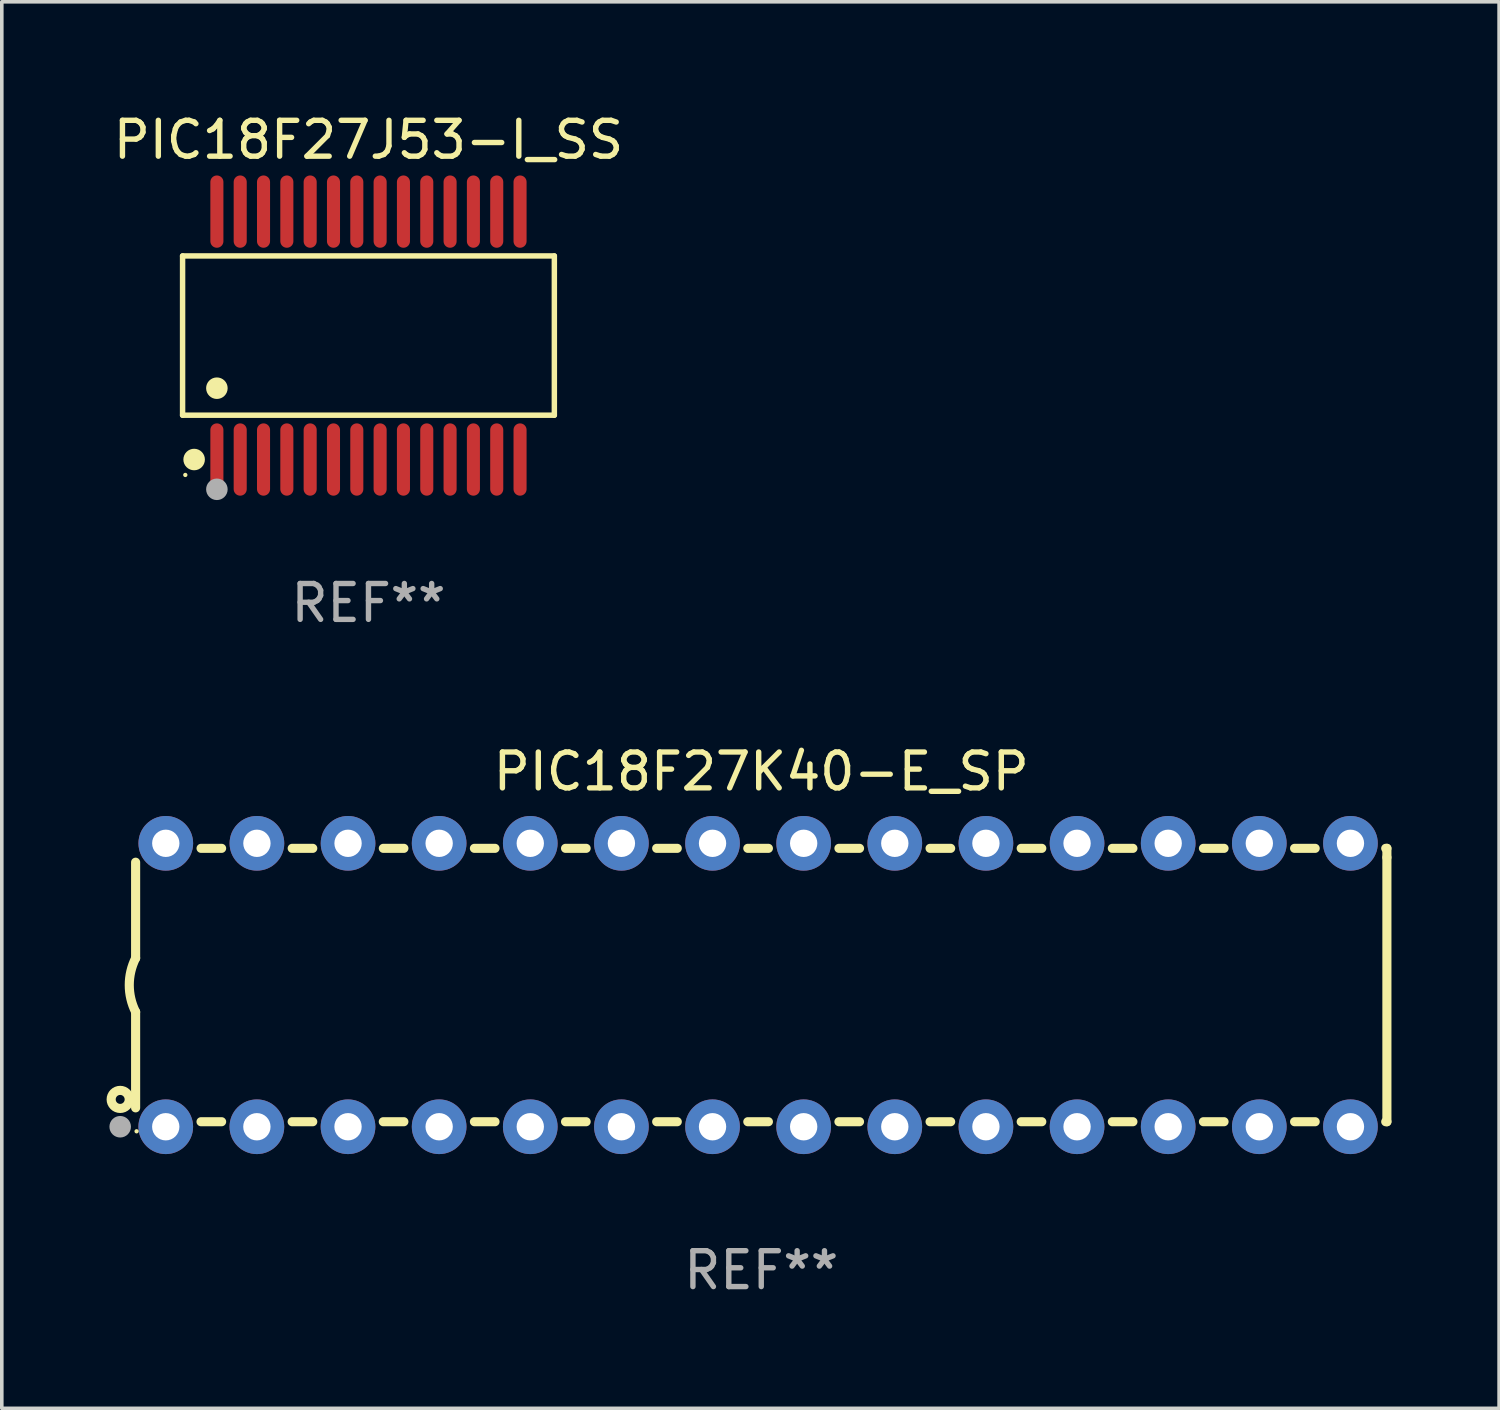
<source format=kicad_pcb>
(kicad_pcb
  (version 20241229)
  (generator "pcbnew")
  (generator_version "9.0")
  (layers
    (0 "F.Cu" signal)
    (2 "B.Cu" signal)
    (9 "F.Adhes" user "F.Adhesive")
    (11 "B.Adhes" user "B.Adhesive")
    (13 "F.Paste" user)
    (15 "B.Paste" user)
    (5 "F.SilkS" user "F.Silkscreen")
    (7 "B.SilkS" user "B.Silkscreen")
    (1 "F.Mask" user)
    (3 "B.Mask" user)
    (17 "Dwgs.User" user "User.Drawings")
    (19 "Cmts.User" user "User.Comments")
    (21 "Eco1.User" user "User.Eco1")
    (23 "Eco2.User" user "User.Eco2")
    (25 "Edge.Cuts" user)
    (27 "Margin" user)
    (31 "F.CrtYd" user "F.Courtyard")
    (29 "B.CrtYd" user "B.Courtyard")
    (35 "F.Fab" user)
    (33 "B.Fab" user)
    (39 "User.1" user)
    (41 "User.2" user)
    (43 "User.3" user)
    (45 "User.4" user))
  (footprint "PIC18F27K40-E_SP"
    (layer "F.Cu")
    (at 18.168 24.405)
    (property "Reference" "PIC18F27K40-E_SP" (at 0 -5.95 0) (layer "F.SilkS") (effects (font (size 1 1) (thickness 0.15))))
    (attr through_hole)
    (fp_line (start -17.438 0.75) (end -17.438 3.423) (stroke (width 0.254) (type solid)) (layer "F.SilkS"))
    (fp_line (start -17.438 -3.423) (end -17.438 -0.75) (stroke (width 0.254) (type solid)) (layer "F.SilkS"))
    (fp_line (start -15.615 3.81) (end -15.041 3.81) (stroke (width 0.254) (type solid)) (layer "F.SilkS"))
    (fp_line (start -15.041 -3.81) (end -15.614 -3.81) (stroke (width 0.254) (type solid)) (layer "F.SilkS"))
    (fp_line (start -13.075 3.81) (end -12.501 3.81) (stroke (width 0.254) (type solid)) (layer "F.SilkS"))
    (fp_line (start -12.501 -3.81) (end -13.074 -3.81) (stroke (width 0.254) (type solid)) (layer "F.SilkS"))
    (fp_line (start -10.535 3.81) (end -9.961 3.81) (stroke (width 0.254) (type solid)) (layer "F.SilkS"))
    (fp_line (start -9.961 -3.81) (end -10.534 -3.81) (stroke (width 0.254) (type solid)) (layer "F.SilkS"))
    (fp_line (start -7.995 3.81) (end -7.421 3.81) (stroke (width 0.254) (type solid)) (layer "F.SilkS"))
    (fp_line (start -7.421 -3.81) (end -7.995 -3.81) (stroke (width 0.254) (type solid)) (layer "F.SilkS"))
    (fp_line (start -5.455 3.81) (end -4.881 3.81) (stroke (width 0.254) (type solid)) (layer "F.SilkS"))
    (fp_line (start -4.881 -3.81) (end -5.455 -3.81) (stroke (width 0.254) (type solid)) (layer "F.SilkS"))
    (fp_line (start -2.915 3.81) (end -2.341 3.81) (stroke (width 0.254) (type solid)) (layer "F.SilkS"))
    (fp_line (start -2.341 -3.81) (end -2.915 -3.81) (stroke (width 0.254) (type solid)) (layer "F.SilkS"))
    (fp_line (start -0.375 3.81) (end 0.199 3.81) (stroke (width 0.254) (type solid)) (layer "F.SilkS"))
    (fp_line (start 0.199 -3.81) (end -0.375 -3.81) (stroke (width 0.254) (type solid)) (layer "F.SilkS"))
    (fp_line (start 2.165 3.81) (end 2.739 3.81) (stroke (width 0.254) (type solid)) (layer "F.SilkS"))
    (fp_line (start 2.739 -3.81) (end 2.165 -3.81) (stroke (width 0.254) (type solid)) (layer "F.SilkS"))
    (fp_line (start 4.705 3.81) (end 5.279 3.81) (stroke (width 0.254) (type solid)) (layer "F.SilkS"))
    (fp_line (start 5.279 -3.81) (end 4.705 -3.81) (stroke (width 0.254) (type solid)) (layer "F.SilkS"))
    (fp_line (start 7.245 3.81) (end 7.819 3.81) (stroke (width 0.254) (type solid)) (layer "F.SilkS"))
    (fp_line (start 7.819 -3.81) (end 7.245 -3.81) (stroke (width 0.254) (type solid)) (layer "F.SilkS"))
    (fp_line (start 9.785 3.81) (end 10.359 3.81) (stroke (width 0.254) (type solid)) (layer "F.SilkS"))
    (fp_line (start 10.359 -3.81) (end 9.785 -3.81) (stroke (width 0.254) (type solid)) (layer "F.SilkS"))
    (fp_line (start 12.325 3.81) (end 12.899 3.81) (stroke (width 0.254) (type solid)) (layer "F.SilkS"))
    (fp_line (start 12.899 -3.81) (end 12.325 -3.81) (stroke (width 0.254) (type solid)) (layer "F.SilkS"))
    (fp_line (start 14.865 3.81) (end 15.439 3.81) (stroke (width 0.254) (type solid)) (layer "F.SilkS"))
    (fp_line (start 15.439 -3.81) (end 14.865 -3.81) (stroke (width 0.254) (type solid)) (layer "F.SilkS"))
    (fp_line (start 17.405 3.81) (end 17.438 3.81) (stroke (width 0.254) (type solid)) (layer "F.SilkS"))
    (fp_line (start 17.438 -3.81) (end 17.405 -3.81) (stroke (width 0.254) (type solid)) (layer "F.SilkS"))
    (fp_line (start 17.438 -3.556) (end 17.438 -3.81) (stroke (width 0.254) (type solid)) (layer "F.SilkS"))
    (fp_line (start 17.438 3.81) (end 17.438 -3.556) (stroke (width 0.254) (type solid)) (layer "F.SilkS"))
    (fp_arc (start -17.437986 0.749657) (mid -17.614887 -0.000024) (end -17.437783 -0.749657) (stroke (width 0.254001) (type solid)) (layer "F.SilkS"))
    (fp_circle (center -17.868 3.188) (end -17.743 3.188) (stroke (width 0.254) (type solid)) (fill no) (layer "F.SilkS"))
    (fp_circle (center -17.411 4.077) (end -17.381 4.077) (stroke (width 0.06) (type solid)) (fill no) (layer "F.SilkS"))
    (fp_circle (center -17.868 3.95) (end -17.718 3.95) (stroke (width 0.3) (type solid)) (fill no) (layer "F.Fab"))
    (fp_text user "REF**" (at 0 7.95 0) (layer "F.Fab") (effects (font (size 1 1) (thickness 0.15))))
    (pad "1" thru_hole circle (at -16.598 3.95) (size 1.524 1.524) (drill 0.762) (layers "*.Cu" "*.Mask"))
    (pad "2" thru_hole circle (at -14.058 3.95) (size 1.524 1.524) (drill 0.762) (layers "*.Cu" "*.Mask"))
    (pad "3" thru_hole circle (at -11.518 3.95) (size 1.524 1.524) (drill 0.762) (layers "*.Cu" "*.Mask"))
    (pad "4" thru_hole circle (at -8.978 3.95) (size 1.524 1.524) (drill 0.762) (layers "*.Cu" "*.Mask"))
    (pad "5" thru_hole circle (at -6.438 3.95) (size 1.524 1.524) (drill 0.762) (layers "*.Cu" "*.Mask"))
    (pad "6" thru_hole circle (at -3.898 3.95) (size 1.524 1.524) (drill 0.762) (layers "*.Cu" "*.Mask"))
    (pad "7" thru_hole circle (at -1.358 3.95) (size 1.524 1.524) (drill 0.762) (layers "*.Cu" "*.Mask"))
    (pad "8" thru_hole circle (at 1.182 3.95) (size 1.524 1.524) (drill 0.762) (layers "*.Cu" "*.Mask"))
    (pad "9" thru_hole circle (at 3.722 3.95) (size 1.524 1.524) (drill 0.762) (layers "*.Cu" "*.Mask"))
    (pad "10" thru_hole circle (at 6.262 3.95) (size 1.524 1.524) (drill 0.762) (layers "*.Cu" "*.Mask"))
    (pad "11" thru_hole circle (at 8.802 3.95) (size 1.524 1.524) (drill 0.762) (layers "*.Cu" "*.Mask"))
    (pad "12" thru_hole circle (at 11.342 3.95) (size 1.524 1.524) (drill 0.762) (layers "*.Cu" "*.Mask"))
    (pad "13" thru_hole circle (at 13.882 3.95) (size 1.524 1.524) (drill 0.762) (layers "*.Cu" "*.Mask"))
    (pad "14" thru_hole circle (at 16.422 3.95) (size 1.524 1.524) (drill 0.762) (layers "*.Cu" "*.Mask"))
    (pad "15" thru_hole circle (at 16.422 -3.95) (size 1.524 1.524) (drill 0.762) (layers "*.Cu" "*.Mask"))
    (pad "16" thru_hole circle (at 13.882 -3.95) (size 1.524 1.524) (drill 0.762) (layers "*.Cu" "*.Mask"))
    (pad "17" thru_hole circle (at 11.342 -3.95) (size 1.524 1.524) (drill 0.762) (layers "*.Cu" "*.Mask"))
    (pad "18" thru_hole circle (at 8.802 -3.95) (size 1.524 1.524) (drill 0.762) (layers "*.Cu" "*.Mask"))
    (pad "19" thru_hole circle (at 6.262 -3.95) (size 1.524 1.524) (drill 0.762) (layers "*.Cu" "*.Mask"))
    (pad "20" thru_hole circle (at 3.722 -3.95) (size 1.524 1.524) (drill 0.762) (layers "*.Cu" "*.Mask"))
    (pad "21" thru_hole circle (at 1.182 -3.95) (size 1.524 1.524) (drill 0.762) (layers "*.Cu" "*.Mask"))
    (pad "22" thru_hole circle (at -1.358 -3.95) (size 1.524 1.524) (drill 0.762) (layers "*.Cu" "*.Mask"))
    (pad "23" thru_hole circle (at -3.898 -3.95) (size 1.524 1.524) (drill 0.762) (layers "*.Cu" "*.Mask"))
    (pad "24" thru_hole circle (at -6.438 -3.95) (size 1.524 1.524) (drill 0.762) (layers "*.Cu" "*.Mask"))
    (pad "25" thru_hole circle (at -8.978 -3.95) (size 1.524 1.524) (drill 0.762) (layers "*.Cu" "*.Mask"))
    (pad "26" thru_hole circle (at -11.517 -3.95) (size 1.524 1.524) (drill 0.762) (layers "*.Cu" "*.Mask"))
    (pad "27" thru_hole circle (at -14.057 -3.95) (size 1.524 1.524) (drill 0.762) (layers "*.Cu" "*.Mask"))
    (pad "28" thru_hole circle (at -16.597 -3.95) (size 1.524 1.524) (drill 0.762) (layers "*.Cu" "*.Mask")))
  (footprint "PIC18F27J53-I_SS"
    (layer "F.Cu")
    (at 7.22 6.303)
    (property "Reference" "PIC18F27J53-I_SS" (at 0 -5.455 0) (layer "F.SilkS") (effects (font (size 1 1) (thickness 0.15))))
    (attr through_hole)
    (fp_line (start -5.181 -2.219) (end 5.181 -2.219) (stroke (width 0.152) (type solid)) (layer "F.SilkS"))
    (fp_line (start -5.181 2.219) (end -5.181 -2.219) (stroke (width 0.152) (type solid)) (layer "F.SilkS"))
    (fp_line (start 5.181 -2.219) (end 5.181 2.219) (stroke (width 0.152) (type solid)) (layer "F.SilkS"))
    (fp_line (start 5.181 2.219) (end -5.181 2.219) (stroke (width 0.152) (type solid)) (layer "F.SilkS"))
    (fp_circle (center -5.105 3.885) (end -5.075 3.885) (stroke (width 0.06) (type solid)) (fill no) (layer "F.SilkS"))
    (fp_circle (center -4.859 3.455) (end -4.709 3.455) (stroke (width 0.3) (type solid)) (fill no) (layer "F.SilkS"))
    (fp_circle (center -4.225 1.467) (end -4.075 1.467) (stroke (width 0.3) (type solid)) (fill no) (layer "F.SilkS"))
    (fp_circle (center -4.225 4.285) (end -4.075 4.285) (stroke (width 0.3) (type solid)) (fill no) (layer "F.Fab"))
    (fp_text user "REF**" (at 0 7.455 0) (layer "F.Fab") (effects (font (size 1 1) (thickness 0.15))))
    (pad "1" smd oval (at -4.225 3.455) (size 0.364 2.015) (layers "F.Cu" "F.Mask" "F.Paste"))
    (pad "2" smd oval (at -3.575 3.455) (size 0.364 2.015) (layers "F.Cu" "F.Mask" "F.Paste"))
    (pad "3" smd oval (at -2.925 3.455) (size 0.364 2.015) (layers "F.Cu" "F.Mask" "F.Paste"))
    (pad "4" smd oval (at -2.275 3.455) (size 0.364 2.015) (layers "F.Cu" "F.Mask" "F.Paste"))
    (pad "5" smd oval (at -1.625 3.455) (size 0.364 2.015) (layers "F.Cu" "F.Mask" "F.Paste"))
    (pad "6" smd oval (at -0.975 3.455) (size 0.364 2.015) (layers "F.Cu" "F.Mask" "F.Paste"))
    (pad "7" smd oval (at -0.325 3.455) (size 0.364 2.015) (layers "F.Cu" "F.Mask" "F.Paste"))
    (pad "8" smd oval (at 0.325 3.455) (size 0.364 2.015) (layers "F.Cu" "F.Mask" "F.Paste"))
    (pad "9" smd oval (at 0.975 3.455) (size 0.364 2.015) (layers "F.Cu" "F.Mask" "F.Paste"))
    (pad "10" smd oval (at 1.625 3.455) (size 0.364 2.015) (layers "F.Cu" "F.Mask" "F.Paste"))
    (pad "11" smd oval (at 2.275 3.455) (size 0.364 2.015) (layers "F.Cu" "F.Mask" "F.Paste"))
    (pad "12" smd oval (at 2.925 3.455) (size 0.364 2.015) (layers "F.Cu" "F.Mask" "F.Paste"))
    (pad "13" smd oval (at 3.575 3.455) (size 0.364 2.015) (layers "F.Cu" "F.Mask" "F.Paste"))
    (pad "14" smd oval (at 4.225 3.455) (size 0.364 2.015) (layers "F.Cu" "F.Mask" "F.Paste"))
    (pad "15" smd oval (at 4.225 -3.455) (size 0.364 2.015) (layers "F.Cu" "F.Mask" "F.Paste"))
    (pad "16" smd oval (at 3.575 -3.455) (size 0.364 2.015) (layers "F.Cu" "F.Mask" "F.Paste"))
    (pad "17" smd oval (at 2.925 -3.455) (size 0.364 2.015) (layers "F.Cu" "F.Mask" "F.Paste"))
    (pad "18" smd oval (at 2.275 -3.455) (size 0.364 2.015) (layers "F.Cu" "F.Mask" "F.Paste"))
    (pad "19" smd oval (at 1.625 -3.455) (size 0.364 2.015) (layers "F.Cu" "F.Mask" "F.Paste"))
    (pad "20" smd oval (at 0.975 -3.455) (size 0.364 2.015) (layers "F.Cu" "F.Mask" "F.Paste"))
    (pad "21" smd oval (at 0.325 -3.455) (size 0.364 2.015) (layers "F.Cu" "F.Mask" "F.Paste"))
    (pad "22" smd oval (at -0.325 -3.455) (size 0.364 2.015) (layers "F.Cu" "F.Mask" "F.Paste"))
    (pad "23" smd oval (at -0.975 -3.455) (size 0.364 2.015) (layers "F.Cu" "F.Mask" "F.Paste"))
    (pad "24" smd oval (at -1.625 -3.455) (size 0.364 2.015) (layers "F.Cu" "F.Mask" "F.Paste"))
    (pad "25" smd oval (at -2.275 -3.455) (size 0.364 2.015) (layers "F.Cu" "F.Mask" "F.Paste"))
    (pad "26" smd oval (at -2.925 -3.455) (size 0.364 2.015) (layers "F.Cu" "F.Mask" "F.Paste"))
    (pad "27" smd oval (at -3.575 -3.455) (size 0.364 2.015) (layers "F.Cu" "F.Mask" "F.Paste"))
    (pad "28" smd oval (at -4.225 -3.455) (size 0.364 2.015) (layers "F.Cu" "F.Mask" "F.Paste")))
  (gr_rect
    (start -3 -3)
    (end 38.733 36.203)
    (stroke (width 0.1) (type default))
    (fill no)
    (layer "Edge.Cuts")))
</source>
